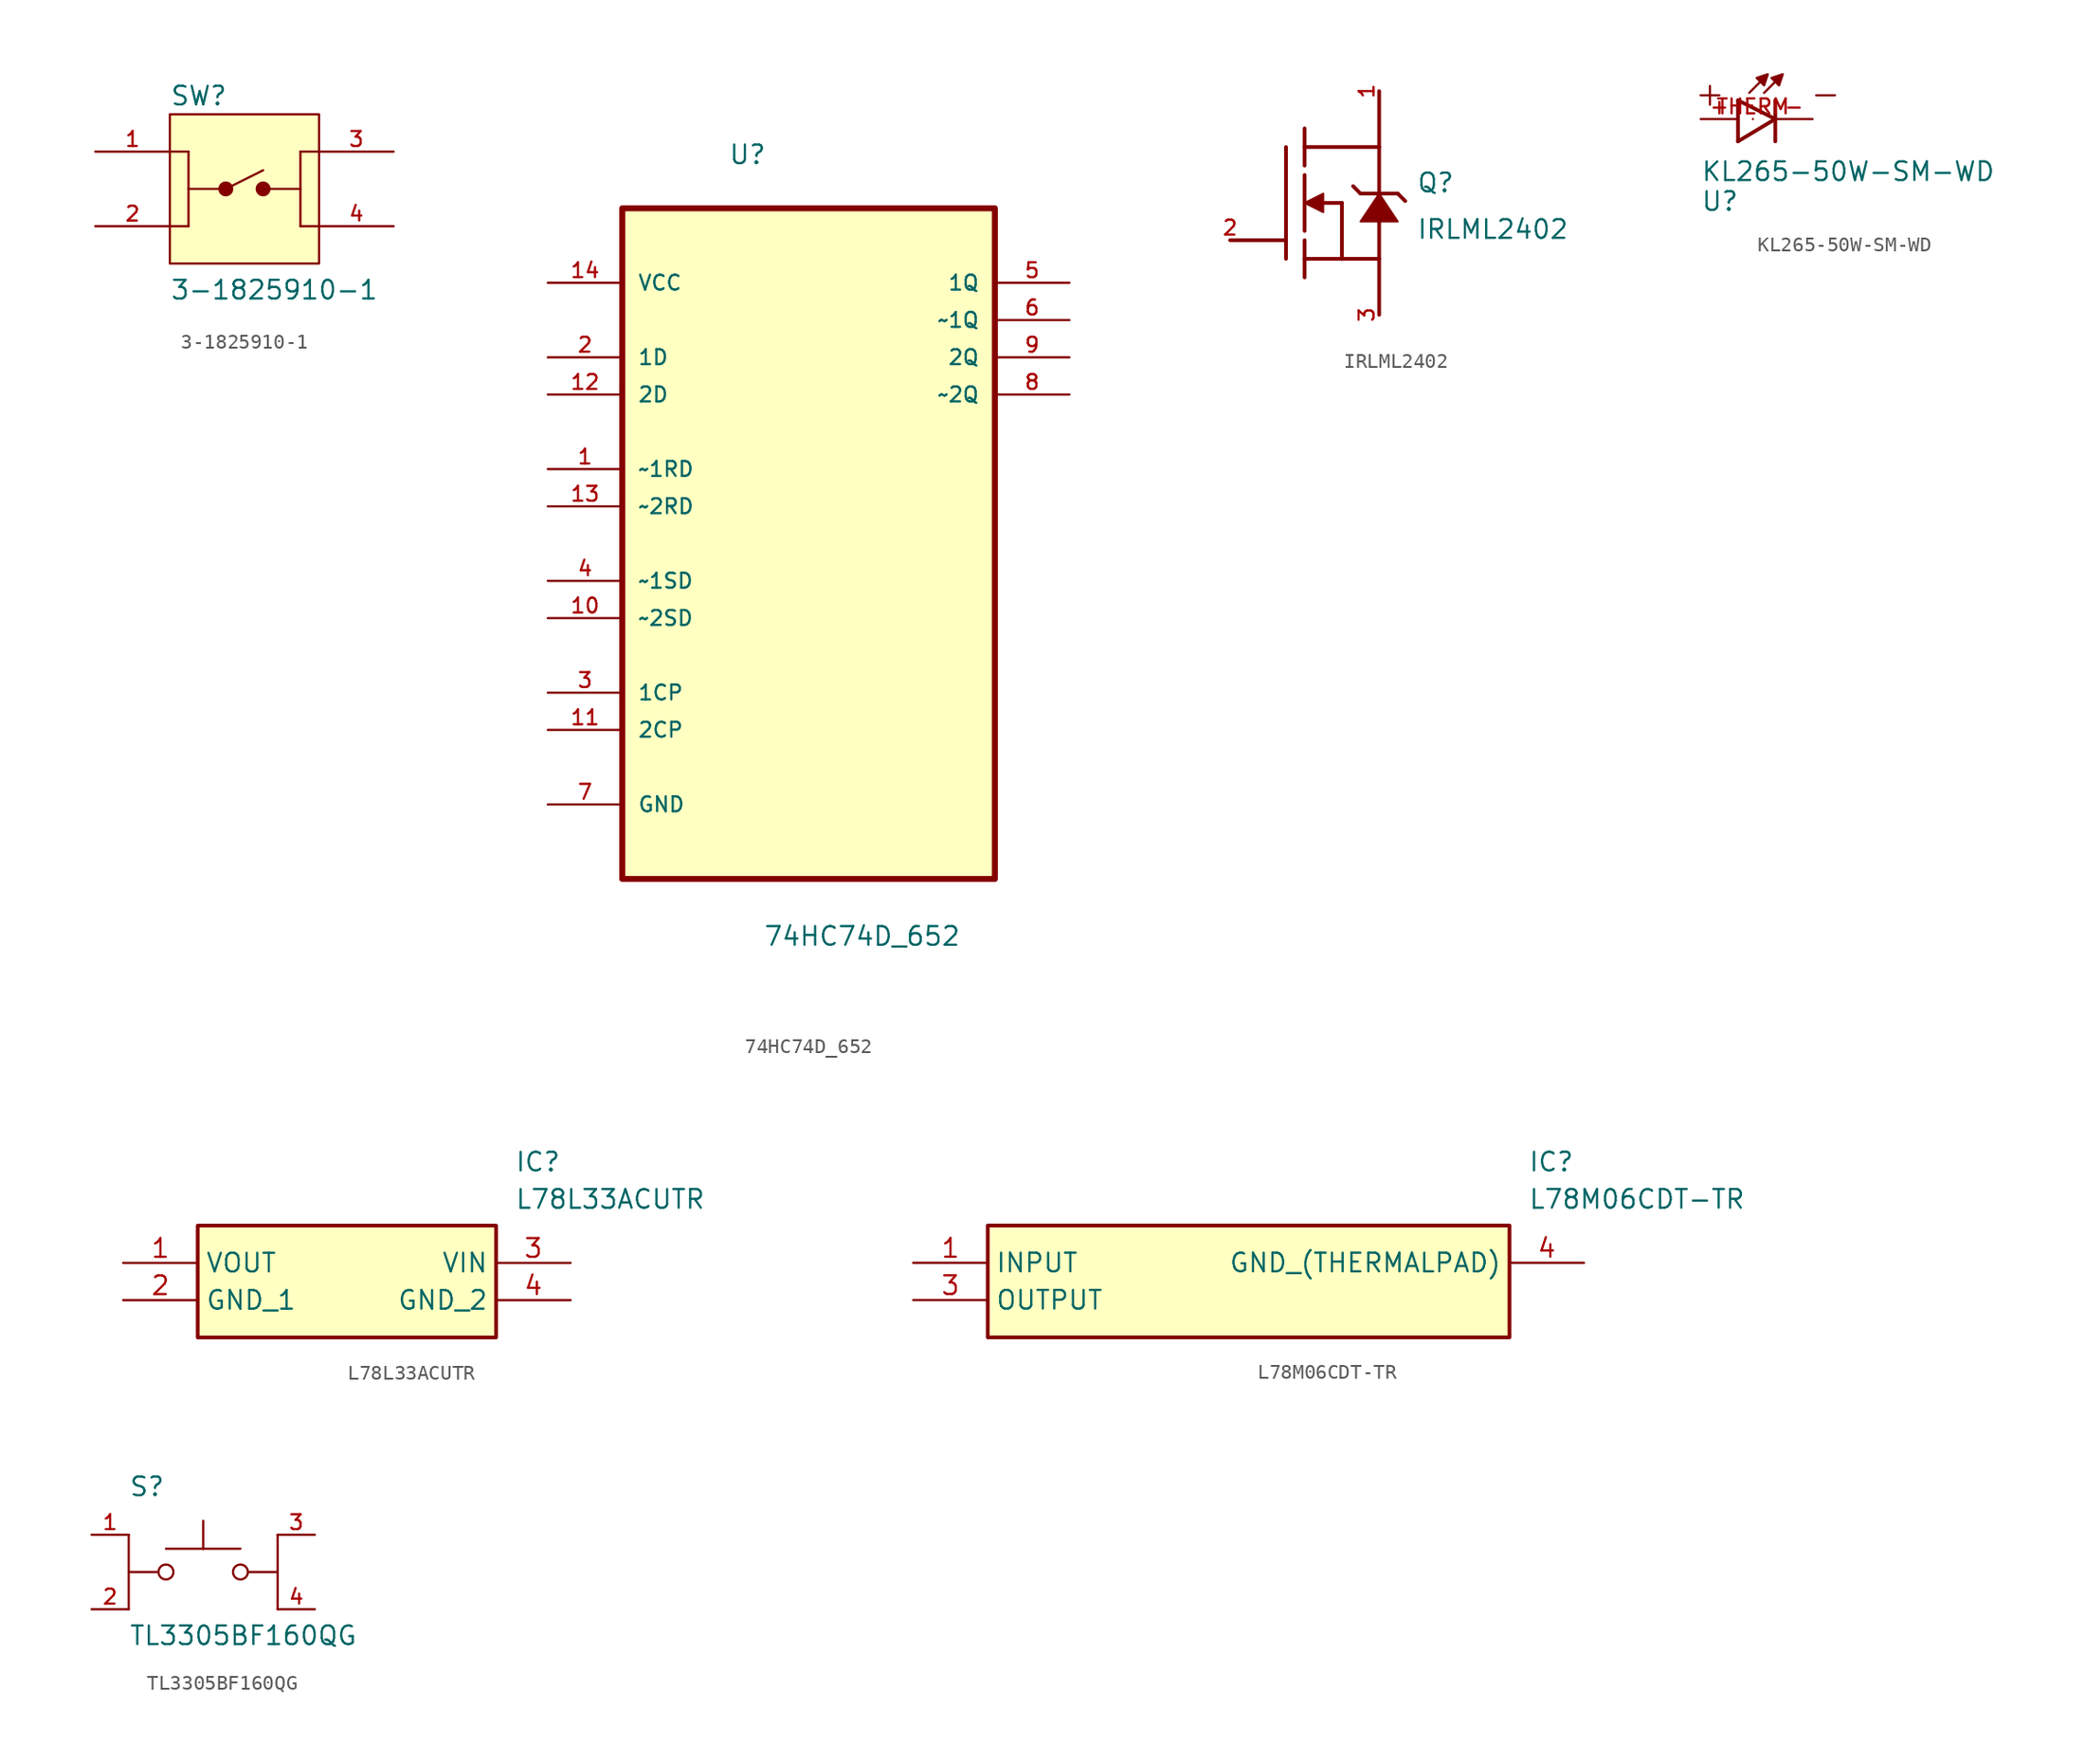
<source format=kicad_sym>
(kicad_symbol_lib
  (version 20231120)
  (generator "kicad_symbol_editor")
  (generator_version "8.0")
  (symbol "3-1825910-1"
    (pin_names
      (offset 1.016))
    (property "Reference" "SW"
      (at -5.084 5.592 0)
      (effects (font (size 1.27 1.27)) (justify left bottom)))
    (property "Value" "3-1825910-1"
      (at -5.081 -7.622 0)
      (effects (font (size 1.27 1.27)) (justify left bottom)))
    (symbol "3-1825910-1_0_0"
      (rectangle (start -5.08 -5.08) (end 5.08 5.08) (stroke (width 0.152) (type default)) (fill (type background)))
      (circle (center -1.27 0) (radius 0.254) (stroke (width 0.508) (type default)) (fill (type none)))
      (polyline (pts (xy -5.08 2.54) (xy -3.81 2.54)) (stroke (width 0.15) (type default)) (fill (type none)))
      (polyline (pts (xy -3.81 -2.54) (xy -5.08 -2.54)) (stroke (width 0.15) (type default)) (fill (type none)))
      (polyline (pts (xy -3.81 0) (xy -3.81 -2.54)) (stroke (width 0.15) (type default)) (fill (type none)))
      (polyline (pts (xy -3.81 0) (xy -1.27 0)) (stroke (width 0.15) (type default)) (fill (type none)))
      (polyline (pts (xy -3.81 2.54) (xy -3.81 0)) (stroke (width 0.15) (type default)) (fill (type none)))
      (polyline (pts (xy -1.27 0) (xy 1.27 1.27)) (stroke (width 0.152) (type default)) (fill (type none)))
      (polyline (pts (xy 1.27 0) (xy 3.81 0)) (stroke (width 0.15) (type default)) (fill (type none)))
      (polyline (pts (xy 3.81 -2.54) (xy 5.08 -2.54)) (stroke (width 0.15) (type default)) (fill (type none)))
      (polyline (pts (xy 3.81 0) (xy 3.81 -2.54)) (stroke (width 0.15) (type default)) (fill (type none)))
      (polyline (pts (xy 3.81 0) (xy 3.81 2.54)) (stroke (width 0.15) (type default)) (fill (type none)))
      (polyline (pts (xy 3.81 2.54) (xy 5.08 2.54)) (stroke (width 0.15) (type default)) (fill (type none)))
      (circle (center 1.27 0) (radius 0.254) (stroke (width 0.508) (type default)) (fill (type none)))
      (pin passive line (at -10.16 2.54 0) (length 5.08) (name "~" (effects (font (size 1.016 1.016)))) (number "1" (effects (font (size 1.016 1.016)))))
      (pin passive line (at -10.16 -2.54 0) (length 5.08) (name "~" (effects (font (size 1.016 1.016)))) (number "2" (effects (font (size 1.016 1.016)))))
      (pin passive line (at 10.16 2.54 180) (length 5.08) (name "~" (effects (font (size 1.016 1.016)))) (number "3" (effects (font (size 1.016 1.016)))))
      (pin passive line (at 10.16 -2.54 180) (length 5.08) (name "~" (effects (font (size 1.016 1.016)))) (number "4" (effects (font (size 1.016 1.016)))))))
  (symbol "74HC74D_652"
    (pin_names
      (offset 1.016))
    (property "Reference" "U"
      (at -5.472 23.235 0)
      (effects (font (size 1.27 1.27)) (justify left bottom)))
    (property "Value" "74HC74D_652"
      (at -3.104 -30.047 0)
      (effects (font (size 1.27 1.27)) (justify left bottom)))
    (symbol "74HC74D_652_0_0"
      (rectangle (start -12.7 -25.4) (end 12.7 20.32) (stroke (width 0.406) (type default)) (fill (type background)))
      (pin input line (at -17.78 2.54 0) (length 5.08) (name "~1RD" (effects (font (size 1.016 1.016)))) (number "1" (effects (font (size 1.016 1.016)))))
      (pin input line (at -17.78 -7.62 0) (length 5.08) (name "~2SD" (effects (font (size 1.016 1.016)))) (number "10" (effects (font (size 1.016 1.016)))))
      (pin input line (at -17.78 -15.24 0) (length 5.08) (name "2CP" (effects (font (size 1.016 1.016)))) (number "11" (effects (font (size 1.016 1.016)))))
      (pin input line (at -17.78 7.62 0) (length 5.08) (name "2D" (effects (font (size 1.016 1.016)))) (number "12" (effects (font (size 1.016 1.016)))))
      (pin input line (at -17.78 0 0) (length 5.08) (name "~2RD" (effects (font (size 1.016 1.016)))) (number "13" (effects (font (size 1.016 1.016)))))
      (pin power_in line (at -17.78 15.24 0) (length 5.08) (name "VCC" (effects (font (size 1.016 1.016)))) (number "14" (effects (font (size 1.016 1.016)))))
      (pin input line (at -17.78 10.16 0) (length 5.08) (name "1D" (effects (font (size 1.016 1.016)))) (number "2" (effects (font (size 1.016 1.016)))))
      (pin input line (at -17.78 -12.7 0) (length 5.08) (name "1CP" (effects (font (size 1.016 1.016)))) (number "3" (effects (font (size 1.016 1.016)))))
      (pin input line (at -17.78 -5.08 0) (length 5.08) (name "~1SD" (effects (font (size 1.016 1.016)))) (number "4" (effects (font (size 1.016 1.016)))))
      (pin output line (at 17.78 15.24 180) (length 5.08) (name "1Q" (effects (font (size 1.016 1.016)))) (number "5" (effects (font (size 1.016 1.016)))))
      (pin output line (at 17.78 12.7 180) (length 5.08) (name "~1Q" (effects (font (size 1.016 1.016)))) (number "6" (effects (font (size 1.016 1.016)))))
      (pin passive line (at -17.78 -20.32 0) (length 5.08) (name "GND" (effects (font (size 1.016 1.016)))) (number "7" (effects (font (size 1.016 1.016)))))
      (pin output line (at 17.78 7.62 180) (length 5.08) (name "~2Q" (effects (font (size 1.016 1.016)))) (number "8" (effects (font (size 1.016 1.016)))))
      (pin output line (at 17.78 10.16 180) (length 5.08) (name "2Q" (effects (font (size 1.016 1.016)))) (number "9" (effects (font (size 1.016 1.016)))))))
  (symbol "IRLML2402"
    (pin_names
      (offset 1.016))
    (property "Reference" "Q"
      (at 2.54 0.635 0)
      (effects (font (size 1.27 1.27)) (justify left bottom)))
    (property "Value" "IRLML2402"
      (at 2.54 -2.54 0)
      (effects (font (size 1.27 1.27)) (justify left bottom)))
    (symbol "IRLML2402_0_0"
      (polyline (pts (xy -10.16 -2.54) (xy -6.35 -2.54)) (stroke (width 0.254) (type default)) (fill (type none)))
      (polyline (pts (xy -6.35 -2.54) (xy -6.35 -3.81)) (stroke (width 0.254) (type default)) (fill (type none)))
      (polyline (pts (xy -6.35 3.81) (xy -6.35 -2.54)) (stroke (width 0.254) (type default)) (fill (type none)))
      (polyline (pts (xy -5.08 -3.81) (xy -5.08 -5.08)) (stroke (width 0.254) (type default)) (fill (type none)))
      (polyline (pts (xy -5.08 -3.81) (xy -2.54 -3.81)) (stroke (width 0.254) (type default)) (fill (type none)))
      (polyline (pts (xy -5.08 -2.54) (xy -5.08 -3.81)) (stroke (width 0.254) (type default)) (fill (type none)))
      (polyline (pts (xy -5.08 1.905) (xy -5.08 -1.905)) (stroke (width 0.254) (type default)) (fill (type none)))
      (polyline (pts (xy -5.08 3.81) (xy -5.08 2.54)) (stroke (width 0.254) (type default)) (fill (type none)))
      (polyline (pts (xy -5.08 3.81) (xy 0 3.81)) (stroke (width 0.254) (type default)) (fill (type none)))
      (polyline (pts (xy -5.08 5.08) (xy -5.08 3.81)) (stroke (width 0.254) (type default)) (fill (type none)))
      (polyline (pts (xy -3.81 0) (xy -2.54 0)) (stroke (width 0.254) (type default)) (fill (type none)))
      (polyline (pts (xy -2.54 -3.81) (xy 0 -3.81)) (stroke (width 0.254) (type default)) (fill (type none)))
      (polyline (pts (xy -2.54 0) (xy -2.54 -3.81)) (stroke (width 0.254) (type default)) (fill (type none)))
      (polyline (pts (xy -1.27 0.635) (xy -1.778 1.143)) (stroke (width 0.254) (type default)) (fill (type none)))
      (polyline (pts (xy -1.27 0.635) (xy 1.27 0.635)) (stroke (width 0.254) (type default)) (fill (type none)))
      (polyline (pts (xy 0 7.62) (xy 0 -7.62)) (stroke (width 0.254) (type default)) (fill (type none)))
      (polyline (pts (xy 1.27 0.635) (xy 1.778 0.127)) (stroke (width 0.254) (type default)) (fill (type none)))
      (polyline (pts (xy -5.08 0) (xy -3.81 -0.635) (xy -3.81 0.635) (xy -5.08 0)) (stroke (width 0.127) (type default)) (fill (type outline)))
      (polyline (pts (xy 0 0.635) (xy -1.27 -1.27) (xy 1.27 -1.27) (xy 0 0.635)) (stroke (width 0.127) (type default)) (fill (type outline)))
      (pin passive line (at 0 7.62 270) (length 0) (name "~" (effects (font (size 1.016 1.016)))) (number "1" (effects (font (size 1.016 1.016)))))
      (pin input line (at -10.16 -2.54 0) (length 0) (name "~" (effects (font (size 1.016 1.016)))) (number "2" (effects (font (size 1.016 1.016)))))
      (pin passive line (at 0 -7.62 90) (length 0) (name "~" (effects (font (size 1.016 1.016)))) (number "3" (effects (font (size 1.016 1.016)))))))
  (symbol "KL265-50W-SM-WD"
    (pin_names
      (offset 1.016))
    (property "Reference" "U"
      (at -2.54 -6.35 0)
      (effects (font (size 1.27 1.27)) (justify left bottom)))
    (property "Value" "KL265-50W-SM-WD"
      (at -2.54 -4.318 0)
      (effects (font (size 1.27 1.27)) (justify left bottom)))
    (symbol "KL265-50W-SM-WD_0_0"
      (polyline (pts (xy 0 1.27) (xy 0 -1.524)) (stroke (width 0.254) (type default)) (fill (type none)))
      (polyline (pts (xy 0 1.27) (xy 2.54 0)) (stroke (width 0.254) (type default)) (fill (type none)))
      (polyline (pts (xy 0.762 1.778) (xy 1.524 2.54)) (stroke (width 0.152) (type default)) (fill (type none)))
      (polyline (pts (xy 2.54 0) (xy 0 -1.524)) (stroke (width 0.254) (type default)) (fill (type none)))
      (polyline (pts (xy 2.54 1.27) (xy 2.54 -1.524)) (stroke (width 0.254) (type default)) (fill (type none)))
      (polyline (pts (xy 2.54 2.54) (xy 1.778 1.778)) (stroke (width 0.152) (type default)) (fill (type none)))
      (polyline (pts (xy 1.27 2.794) (xy 1.778 2.286) (xy 2.032 3.048) (xy 1.27 2.794)) (stroke (width 0.152) (type default)) (fill (type outline)))
      (polyline (pts (xy 2.286 2.794) (xy 2.794 2.286) (xy 3.048 3.048) (xy 2.286 2.794)) (stroke (width 0.152) (type default)) (fill (type outline)))
      (text "+" (at -3.048 0.762 0) (effects (font (size 1.676 1.676)) (justify left bottom)))
      (text "-" (at 4.826 0.762 0) (effects (font (size 1.676 1.676)) (justify left bottom)))
      (pin power_in line (at -2.54 0 0) (length 2.54) (name "~" (effects (font (size 1.016 1.016)))) (number "+" (effects (font (size 1.016 1.016)))))
      (pin power_in line (at 5.08 0 180) (length 2.54) (name "~" (effects (font (size 1.016 1.016)))) (number "-" (effects (font (size 1.016 1.016)))))
      (pin bidirectional line (at 1.016 0 0) (length 0) (name "~" (effects (font (size 1.016 1.016)))) (number "THERM" (effects (font (size 1.016 1.016)))))))
  (symbol "L78L33ACUTR"
    (property "Reference" "IC"
      (at 26.67 7.62 0)
      (effects (font (size 1.27 1.27)) (justify left top)))
    (property "Value" "L78L33ACUTR"
      (at 26.67 5.08 0)
      (effects (font (size 1.27 1.27)) (justify left top)))
    (symbol "L78L33ACUTR_1_1"
      (rectangle (start 5.08 2.54) (end 25.4 -5.08) (stroke (width 0.254) (type default)) (fill (type background)))
      (pin output line (at 0 0 0) (length 5.08) (name "VOUT" (effects (font (size 1.27 1.27)))) (number "1" (effects (font (size 1.27 1.27)))))
      (pin power_in line (at 0 -2.54 0) (length 5.08) (name "GND_1" (effects (font (size 1.27 1.27)))) (number "2" (effects (font (size 1.27 1.27)))))
      (pin input line (at 30.48 0 180) (length 5.08) (name "VIN" (effects (font (size 1.27 1.27)))) (number "3" (effects (font (size 1.27 1.27)))))
      (pin power_in line (at 30.48 -2.54 180) (length 5.08) (name "GND_2" (effects (font (size 1.27 1.27)))) (number "4" (effects (font (size 1.27 1.27)))))))
  (symbol "L78M06CDT-TR"
    (property "Reference" "IC"
      (at 41.91 7.62 0)
      (effects (font (size 1.27 1.27)) (justify left top)))
    (property "Value" "L78M06CDT-TR"
      (at 41.91 5.08 0)
      (effects (font (size 1.27 1.27)) (justify left top)))
    (symbol "L78M06CDT-TR_1_1"
      (rectangle (start 5.08 2.54) (end 40.64 -5.08) (stroke (width 0.254) (type default)) (fill (type background)))
      (pin input line (at 0 0 0) (length 5.08) (name "INPUT" (effects (font (size 1.27 1.27)))) (number "1" (effects (font (size 1.27 1.27)))))
      (pin power_in line (at 0 -2.54 0) (length 5.08) (name "OUTPUT" (effects (font (size 1.27 1.27)))) (number "3" (effects (font (size 1.27 1.27)))))
      (pin power_in line (at 45.72 0 180) (length 5.08) (name "GND_(THERMALPAD)" (effects (font (size 1.27 1.27)))) (number "4" (effects (font (size 1.27 1.27)))))))
  (symbol "TL3305BF160QG"
    (pin_names
      (offset 1.016))
    (property "Reference" "S"
      (at -5.08 5.08 0)
      (effects (font (size 1.27 1.27)) (justify left bottom)))
    (property "Value" "TL3305BF160QG"
      (at -5.08 -5.08 0)
      (effects (font (size 1.27 1.27)) (justify left bottom)))
    (symbol "TL3305BF160QG_0_0"
      (circle (center -2.54 0) (radius 0.508) (stroke (width 0.152) (type default)) (fill (type none)))
      (polyline (pts (xy -5.08 0) (xy -3.048 0)) (stroke (width 0.152) (type default)) (fill (type none)))
      (polyline (pts (xy -5.08 2.54) (xy -5.08 -2.54)) (stroke (width 0.152) (type default)) (fill (type none)))
      (polyline (pts (xy -2.54 1.587) (xy 0 1.587)) (stroke (width 0.152) (type default)) (fill (type none)))
      (polyline (pts (xy 0 1.587) (xy 0 3.493)) (stroke (width 0.152) (type default)) (fill (type none)))
      (polyline (pts (xy 0 1.587) (xy 2.54 1.587)) (stroke (width 0.152) (type default)) (fill (type none)))
      (polyline (pts (xy 5.08 0) (xy 3.048 0)) (stroke (width 0.152) (type default)) (fill (type none)))
      (polyline (pts (xy 5.08 2.54) (xy 5.08 -2.54)) (stroke (width 0.152) (type default)) (fill (type none)))
      (circle (center 2.54 0) (radius 0.508) (stroke (width 0.152) (type default)) (fill (type none)))
      (pin passive line (at -7.62 2.54 0) (length 2.54) (name "~" (effects (font (size 1.016 1.016)))) (number "1" (effects (font (size 1.016 1.016)))))
      (pin passive line (at -7.62 -2.54 0) (length 2.54) (name "~" (effects (font (size 1.016 1.016)))) (number "2" (effects (font (size 1.016 1.016)))))
      (pin passive line (at 7.62 2.54 180) (length 2.54) (name "~" (effects (font (size 1.016 1.016)))) (number "3" (effects (font (size 1.016 1.016)))))
      (pin passive line (at 7.62 -2.54 180) (length 2.54) (name "~" (effects (font (size 1.016 1.016)))) (number "4" (effects (font (size 1.016 1.016))))))))
</source>
